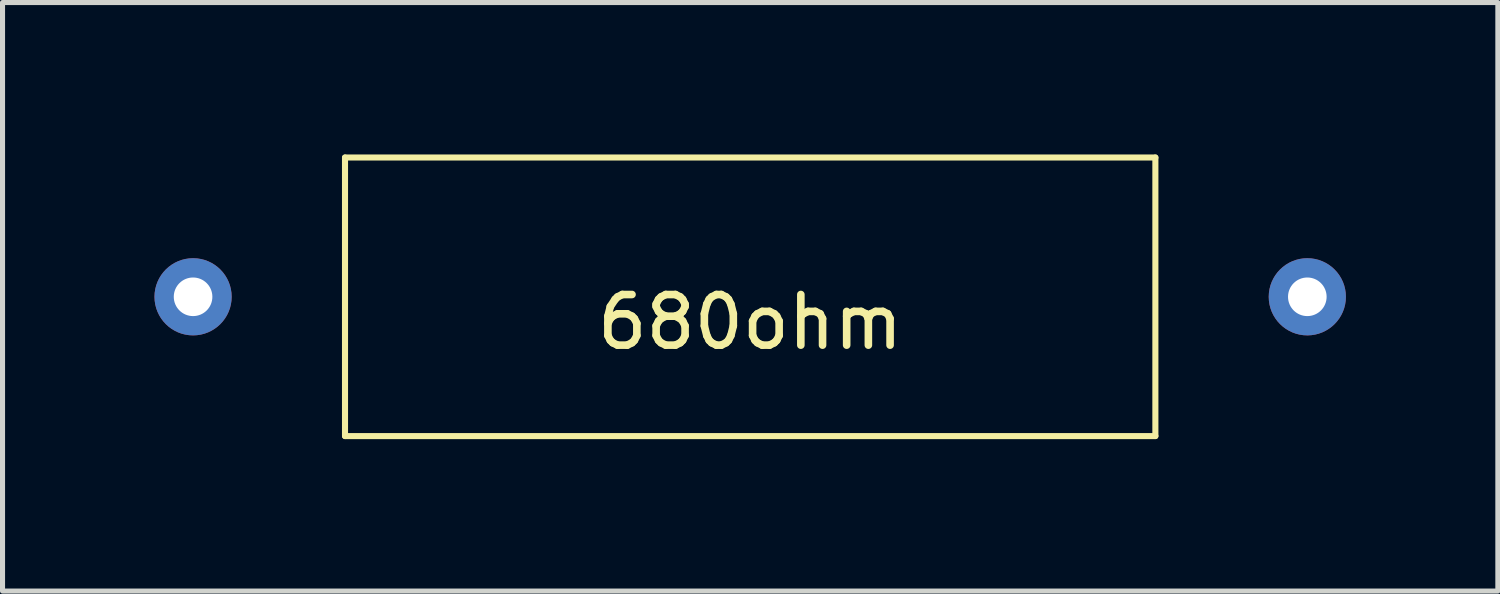
<source format=kicad_pcb>
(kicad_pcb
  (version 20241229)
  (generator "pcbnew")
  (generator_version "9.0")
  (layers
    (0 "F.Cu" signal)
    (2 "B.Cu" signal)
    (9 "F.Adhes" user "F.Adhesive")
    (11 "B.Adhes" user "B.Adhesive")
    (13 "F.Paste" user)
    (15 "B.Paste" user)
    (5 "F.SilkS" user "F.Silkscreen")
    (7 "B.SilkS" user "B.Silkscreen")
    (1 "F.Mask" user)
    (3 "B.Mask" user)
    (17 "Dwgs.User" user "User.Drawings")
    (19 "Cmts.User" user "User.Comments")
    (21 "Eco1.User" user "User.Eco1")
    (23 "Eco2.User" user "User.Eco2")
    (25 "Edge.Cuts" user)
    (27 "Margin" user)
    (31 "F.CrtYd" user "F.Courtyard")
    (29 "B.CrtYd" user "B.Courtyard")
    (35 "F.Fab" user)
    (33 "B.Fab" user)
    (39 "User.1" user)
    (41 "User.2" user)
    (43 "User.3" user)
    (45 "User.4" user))
  (footprint "680ohm"
    (layer "F.Cu")
    (at 11.762 2.81)
    (property "Reference" "680ohm" (at 0 0.5 0) (layer "F.SilkS") (effects (font (size 1 1) (thickness 0.15))))
    (attr through_hole)
    (fp_line (start -8 -2.75) (end 8 -2.75) (stroke (width 0.12) (type solid)) (layer "F.SilkS"))
    (fp_line (start -8 2.75) (end -8 -2.75) (stroke (width 0.12) (type solid)) (layer "F.SilkS"))
    (fp_line (start 8 -2.75) (end 8 2.75) (stroke (width 0.12) (type solid)) (layer "F.SilkS"))
    (fp_line (start 8 2.75) (end -8 2.75) (stroke (width 0.12) (type solid)) (layer "F.SilkS"))
    (pad "1" thru_hole circle (at -11 0) (size 1.524 1.524) (drill 0.762) (layers "*.Cu" "*.Mask"))
    (pad "2" thru_hole circle (at 11 0) (size 1.524 1.524) (drill 0.762) (layers "*.Cu" "*.Mask")))
  (gr_rect
    (start -3 -3)
    (end 26.524 8.62)
    (stroke (width 0.1) (type default))
    (fill no)
    (layer "Edge.Cuts")))
</source>
